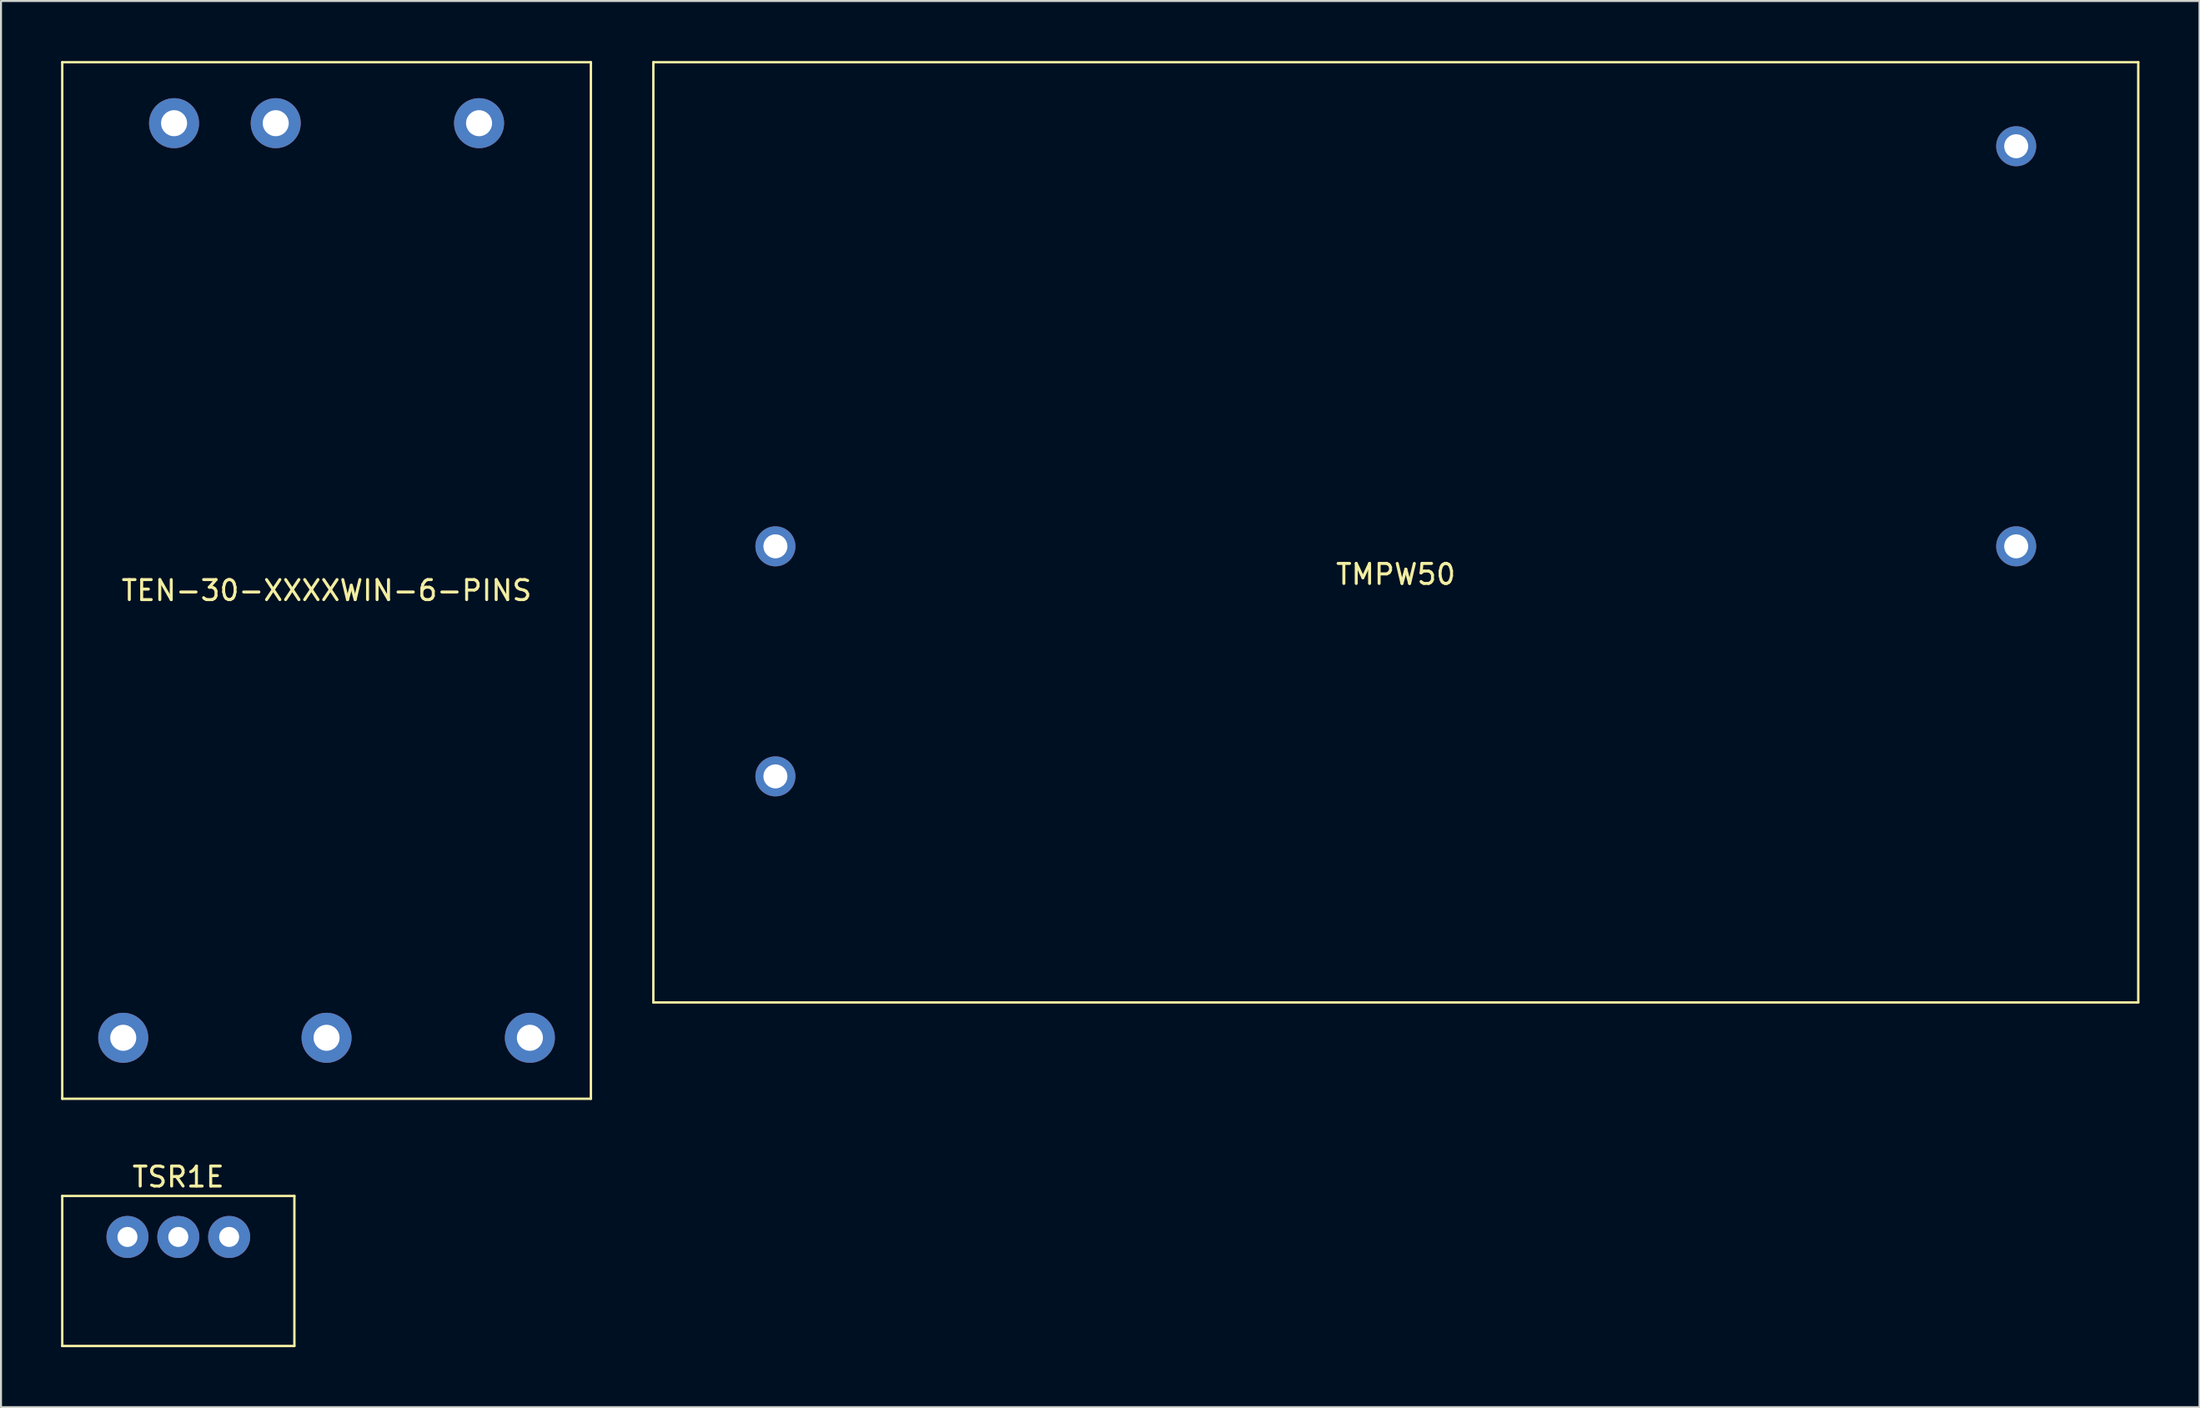
<source format=kicad_pcb>
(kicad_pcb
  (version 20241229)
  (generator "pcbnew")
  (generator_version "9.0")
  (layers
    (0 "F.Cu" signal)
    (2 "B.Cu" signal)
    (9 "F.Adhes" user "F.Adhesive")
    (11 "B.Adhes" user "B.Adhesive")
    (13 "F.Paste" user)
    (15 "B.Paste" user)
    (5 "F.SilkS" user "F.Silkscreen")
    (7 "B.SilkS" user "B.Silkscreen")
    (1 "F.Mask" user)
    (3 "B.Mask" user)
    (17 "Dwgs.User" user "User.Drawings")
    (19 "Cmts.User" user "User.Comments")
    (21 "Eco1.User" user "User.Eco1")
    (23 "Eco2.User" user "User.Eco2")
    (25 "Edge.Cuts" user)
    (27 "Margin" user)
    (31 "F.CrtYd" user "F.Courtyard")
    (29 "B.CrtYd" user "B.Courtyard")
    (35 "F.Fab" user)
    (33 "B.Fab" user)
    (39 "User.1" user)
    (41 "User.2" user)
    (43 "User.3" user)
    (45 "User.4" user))
  (footprint "TMPW50"
    (layer "F.Cu")
    (at 66.696 23.56)
    (property "Reference" "TMPW50" (at 0 2.1 0) (layer "F.SilkS") (effects (font (size 1 1) (thickness 0.15))))
    (attr through_hole)
    (fp_line (start -37.1 -23.5) (end 37.1 -23.5) (stroke (width 0.12) (type solid)) (layer "F.SilkS"))
    (fp_line (start -37.1 23.5) (end -37.1 -23.5) (stroke (width 0.12) (type solid)) (layer "F.SilkS"))
    (fp_line (start 37.1 -23.5) (end 37.1 23.5) (stroke (width 0.12) (type solid)) (layer "F.SilkS"))
    (fp_line (start 37.1 23.5) (end -37.1 23.5) (stroke (width 0.12) (type solid)) (layer "F.SilkS"))
    (pad "1" thru_hole circle (at 31 0.7) (size 2 2) (drill 1.2) (layers "*.Cu" "*.Mask"))
    (pad "2" thru_hole circle (at 31 -19.3) (size 2 2) (drill 1.2) (layers "*.Cu" "*.Mask"))
    (pad "3" thru_hole circle (at -31 12.2) (size 2 2) (drill 1.2) (layers "*.Cu" "*.Mask"))
    (pad "4" thru_hole circle (at -31 0.7) (size 2 2) (drill 1.2) (layers "*.Cu" "*.Mask")))
  (footprint "TEN-30-XXXXWIN-6-PINS"
    (layer "F.Cu")
    (at 13.268 25.968)
    (property "Reference" "TEN-30-XXXXWIN-6-PINS" (at 0 0.5 0) (layer "F.SilkS") (effects (font (size 1 1) (thickness 0.15))))
    (attr through_hole)
    (fp_line (start -13.208 -25.908) (end -13.208 25.908) (stroke (width 0.12) (type solid)) (layer "F.SilkS"))
    (fp_line (start -13.208 25.908) (end 13.208 25.908) (stroke (width 0.12) (type solid)) (layer "F.SilkS"))
    (fp_line (start 13.208 -25.908) (end -13.208 -25.908) (stroke (width 0.12) (type solid)) (layer "F.SilkS"))
    (fp_line (start 13.208 25.908) (end 13.208 -25.908) (stroke (width 0.12) (type solid)) (layer "F.SilkS"))
    (pad "1" thru_hole circle (at -7.62 -22.86) (size 2.5 2.5) (drill 1.3) (layers "*.Cu" "*.Mask"))
    (pad "2" thru_hole circle (at -2.54 -22.86) (size 2.5 2.5) (drill 1.3) (layers "*.Cu" "*.Mask"))
    (pad "3" thru_hole circle (at 7.62 -22.86) (size 2.5 2.5) (drill 1.3) (layers "*.Cu" "*.Mask"))
    (pad "4" thru_hole circle (at -10.16 22.86) (size 2.5 2.5) (drill 1.3) (layers "*.Cu" "*.Mask"))
    (pad "5" thru_hole circle (at 0 22.86) (size 2.5 2.5) (drill 1.3) (layers "*.Cu" "*.Mask"))
    (pad "6" thru_hole circle (at 10.16 22.86) (size 2.5 2.5) (drill 1.3) (layers "*.Cu" "*.Mask")))
  (footprint "TSR1E"
    (layer "F.Cu")
    (at 5.86 58.784)
    (property "Reference" "TSR1E" (at 0 -3 0) (layer "F.SilkS") (effects (font (size 1 1) (thickness 0.15))))
    (attr through_hole)
    (fp_line (start -5.8 -2.05) (end 5.8 -2.05) (stroke (width 0.12) (type solid)) (layer "F.SilkS"))
    (fp_line (start -5.8 5.45) (end -5.8 -2.05) (stroke (width 0.12) (type solid)) (layer "F.SilkS"))
    (fp_line (start 5.8 -2.05) (end 5.8 5.45) (stroke (width 0.12) (type solid)) (layer "F.SilkS"))
    (fp_line (start 5.8 5.45) (end -5.8 5.45) (stroke (width 0.12) (type solid)) (layer "F.SilkS"))
    (pad "1" thru_hole circle (at 2.54 0) (size 2.1 2.1) (drill 1) (layers "*.Cu" "*.Mask"))
    (pad "2" thru_hole circle (at 0 0) (size 2.1 2.1) (drill 1) (layers "*.Cu" "*.Mask"))
    (pad "3" thru_hole circle (at -2.54 0) (size 2.1 2.1) (drill 1) (layers "*.Cu" "*.Mask")))
  (gr_rect
    (start -3 -3)
    (end 106.856 67.294)
    (stroke (width 0.1) (type default))
    (fill no)
    (layer "Edge.Cuts")))
</source>
